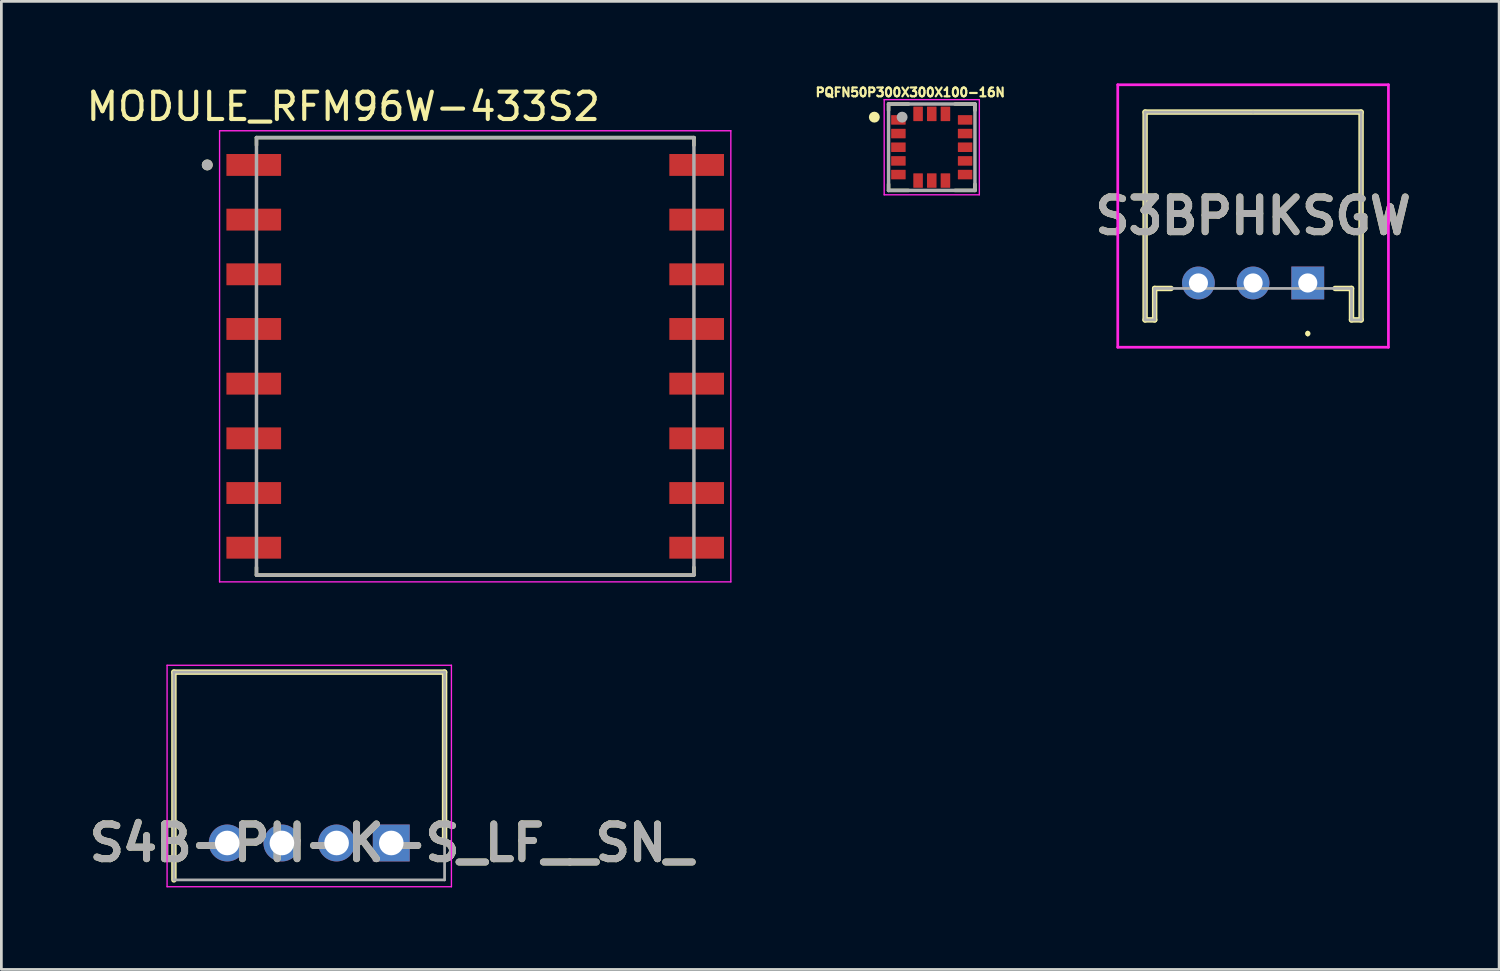
<source format=kicad_pcb>
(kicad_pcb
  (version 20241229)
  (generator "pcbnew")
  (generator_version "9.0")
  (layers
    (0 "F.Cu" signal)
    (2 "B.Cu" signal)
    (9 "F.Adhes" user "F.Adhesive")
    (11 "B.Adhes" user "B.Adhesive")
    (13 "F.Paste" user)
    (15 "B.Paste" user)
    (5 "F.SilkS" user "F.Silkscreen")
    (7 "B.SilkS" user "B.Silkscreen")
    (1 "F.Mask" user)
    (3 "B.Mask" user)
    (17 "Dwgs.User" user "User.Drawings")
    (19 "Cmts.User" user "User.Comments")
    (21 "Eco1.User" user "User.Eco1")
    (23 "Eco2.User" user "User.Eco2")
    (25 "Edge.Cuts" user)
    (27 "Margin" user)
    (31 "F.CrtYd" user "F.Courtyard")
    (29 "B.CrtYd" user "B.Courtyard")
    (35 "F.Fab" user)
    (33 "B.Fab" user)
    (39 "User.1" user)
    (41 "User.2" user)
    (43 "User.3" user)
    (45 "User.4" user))
  (footprint "MODULE_RFM96W-433S2"
    (layer "F.Cu")
    (at 14.331 9.983)
    (property "Reference" "MODULE_RFM96W-433S2" (at -4.825 -9.135 0) (layer "F.SilkS") (effects (font (size 1 1) (thickness 0.15))))
    (attr smd)
    (fp_line (start -8 -8) (end -8 -7.72) (stroke (width 0.127) (type solid)) (layer "F.SilkS"))
    (fp_line (start -8 8) (end -8 7.72) (stroke (width 0.127) (type solid)) (layer "F.SilkS"))
    (fp_line (start 8 -8) (end -8 -8) (stroke (width 0.127) (type solid)) (layer "F.SilkS"))
    (fp_line (start 8 -7.72) (end 8 -8) (stroke (width 0.127) (type solid)) (layer "F.SilkS"))
    (fp_line (start 8 7.72) (end 8 8) (stroke (width 0.127) (type solid)) (layer "F.SilkS"))
    (fp_line (start 8 8) (end -8 8) (stroke (width 0.127) (type solid)) (layer "F.SilkS"))
    (fp_circle (center -9.8 -7) (end -9.7 -7) (stroke (width 0.2) (type solid)) (fill no) (layer "F.SilkS"))
    (fp_line (start -9.35 -8.25) (end 9.35 -8.25) (stroke (width 0.05) (type solid)) (layer "F.CrtYd"))
    (fp_line (start -9.35 8.25) (end -9.35 -8.25) (stroke (width 0.05) (type solid)) (layer "F.CrtYd"))
    (fp_line (start 9.35 -8.25) (end 9.35 8.25) (stroke (width 0.05) (type solid)) (layer "F.CrtYd"))
    (fp_line (start 9.35 8.25) (end -9.35 8.25) (stroke (width 0.05) (type solid)) (layer "F.CrtYd"))
    (fp_line (start -8 -8) (end 8 -8) (stroke (width 0.127) (type solid)) (layer "F.Fab"))
    (fp_line (start -8 8) (end -8 -8) (stroke (width 0.127) (type solid)) (layer "F.Fab"))
    (fp_line (start 8 -8) (end 8 8) (stroke (width 0.127) (type solid)) (layer "F.Fab"))
    (fp_line (start 8 8) (end -8 8) (stroke (width 0.127) (type solid)) (layer "F.Fab"))
    (fp_circle (center -9.8 -7) (end -9.7 -7) (stroke (width 0.2) (type solid)) (fill no) (layer "F.Fab"))
    (pad "1" smd rect (at -8.1 -7) (size 2 0.8) (layers "F.Cu" "F.Mask" "F.Paste"))
    (pad "2" smd rect (at -8.1 -5) (size 2 0.8) (layers "F.Cu" "F.Mask" "F.Paste"))
    (pad "3" smd rect (at -8.1 -3) (size 2 0.8) (layers "F.Cu" "F.Mask" "F.Paste"))
    (pad "4" smd rect (at -8.1 -1) (size 2 0.8) (layers "F.Cu" "F.Mask" "F.Paste"))
    (pad "5" smd rect (at -8.1 1) (size 2 0.8) (layers "F.Cu" "F.Mask" "F.Paste"))
    (pad "6" smd rect (at -8.1 3) (size 2 0.8) (layers "F.Cu" "F.Mask" "F.Paste"))
    (pad "7" smd rect (at -8.1 5) (size 2 0.8) (layers "F.Cu" "F.Mask" "F.Paste"))
    (pad "8" smd rect (at -8.1 7) (size 2 0.8) (layers "F.Cu" "F.Mask" "F.Paste"))
    (pad "9" smd rect (at 8.1 7) (size 2 0.8) (layers "F.Cu" "F.Mask" "F.Paste"))
    (pad "10" smd rect (at 8.1 5) (size 2 0.8) (layers "F.Cu" "F.Mask" "F.Paste"))
    (pad "11" smd rect (at 8.1 3) (size 2 0.8) (layers "F.Cu" "F.Mask" "F.Paste"))
    (pad "12" smd rect (at 8.1 1) (size 2 0.8) (layers "F.Cu" "F.Mask" "F.Paste"))
    (pad "13" smd rect (at 8.1 -1) (size 2 0.8) (layers "F.Cu" "F.Mask" "F.Paste"))
    (pad "14" smd rect (at 8.1 -3) (size 2 0.8) (layers "F.Cu" "F.Mask" "F.Paste"))
    (pad "15" smd rect (at 8.1 -5) (size 2 0.8) (layers "F.Cu" "F.Mask" "F.Paste"))
    (pad "16" smd rect (at 8.1 -7) (size 2 0.8) (layers "F.Cu" "F.Mask" "F.Paste")))
  (footprint "S3BPHKSGW"
    (layer "F.Cu")
    (at 44.783 7.3)
    (property "Reference" "S3BPHKSGW" (at -2 -2.45 0) (layer "F.SilkS") (effects (font (size 1.27 1.27) (thickness 0.254))))
    (attr through_hole)
    (fp_line (start -5.95 -6.25) (end -5.95 1.35) (stroke (width 0.2) (type solid)) (layer "F.SilkS"))
    (fp_line (start -5.95 1.35) (end -5.6 1.35) (stroke (width 0.2) (type solid)) (layer "F.SilkS"))
    (fp_line (start -5.6 0.2) (end -5 0.2) (stroke (width 0.2) (type solid)) (layer "F.SilkS"))
    (fp_line (start -5.6 1.35) (end -5.6 0.2) (stroke (width 0.2) (type solid)) (layer "F.SilkS"))
    (fp_line (start 0 1.8) (end 0 1.8) (stroke (width 0.1) (type solid)) (layer "F.SilkS"))
    (fp_line (start 0 1.9) (end 0 1.9) (stroke (width 0.1) (type solid)) (layer "F.SilkS"))
    (fp_line (start 1 0.2) (end 1.6 0.2) (stroke (width 0.2) (type solid)) (layer "F.SilkS"))
    (fp_line (start 1.6 0.2) (end 1.6 1.35) (stroke (width 0.2) (type solid)) (layer "F.SilkS"))
    (fp_line (start 1.6 1.35) (end 1.95 1.35) (stroke (width 0.2) (type solid)) (layer "F.SilkS"))
    (fp_line (start 1.95 -6.25) (end -5.95 -6.25) (stroke (width 0.2) (type solid)) (layer "F.SilkS"))
    (fp_line (start 1.95 1.35) (end 1.95 -6.25) (stroke (width 0.2) (type solid)) (layer "F.SilkS"))
    (fp_arc (start 0 1.8) (mid 0.05 1.85) (end 0 1.9) (stroke (width 0.1) (type solid)) (layer "F.SilkS"))
    (fp_arc (start 0 1.9) (mid -0.05 1.85) (end 0 1.8) (stroke (width 0.1) (type solid)) (layer "F.SilkS"))
    (fp_line (start -6.95 -7.25) (end 2.95 -7.25) (stroke (width 0.1) (type solid)) (layer "F.CrtYd"))
    (fp_line (start -6.95 2.35) (end -6.95 -7.25) (stroke (width 0.1) (type solid)) (layer "F.CrtYd"))
    (fp_line (start 2.95 -7.25) (end 2.95 2.35) (stroke (width 0.1) (type solid)) (layer "F.CrtYd"))
    (fp_line (start 2.95 2.35) (end -6.95 2.35) (stroke (width 0.1) (type solid)) (layer "F.CrtYd"))
    (fp_line (start -5.95 -6.25) (end -2 -6.25) (stroke (width 0.1) (type solid)) (layer "F.Fab"))
    (fp_line (start -5.95 1.35) (end -5.95 -6.25) (stroke (width 0.1) (type solid)) (layer "F.Fab"))
    (fp_line (start -5.6 0.2) (end -5.6 1.35) (stroke (width 0.1) (type solid)) (layer "F.Fab"))
    (fp_line (start -5.6 1.35) (end -5.95 1.35) (stroke (width 0.1) (type solid)) (layer "F.Fab"))
    (fp_line (start -2 -6.25) (end 1.95 -6.25) (stroke (width 0.1) (type solid)) (layer "F.Fab"))
    (fp_line (start 1.6 0.2) (end -5.6 0.2) (stroke (width 0.1) (type solid)) (layer "F.Fab"))
    (fp_line (start 1.6 1.35) (end 1.6 0.2) (stroke (width 0.1) (type solid)) (layer "F.Fab"))
    (fp_line (start 1.95 -6.25) (end 1.95 1.35) (stroke (width 0.1) (type solid)) (layer "F.Fab"))
    (fp_line (start 1.95 1.35) (end 1.6 1.35) (stroke (width 0.1) (type solid)) (layer "F.Fab"))
    (fp_text user "${REFERENCE}" (at -2 -2.45 0) (layer "F.Fab") (effects (font (size 1.27 1.27) (thickness 0.254))))
    (pad "1" thru_hole rect (at 0 0) (size 1.2 1.2) (drill 0.7) (layers "*.Cu" "*.Mask"))
    (pad "2" thru_hole circle (at -2 0) (size 1.2 1.2) (drill 0.7) (layers "*.Cu" "*.Mask"))
    (pad "3" thru_hole circle (at -4 0) (size 1.2 1.2) (drill 0.7) (layers "*.Cu" "*.Mask")))
  (footprint "S4B-PH-K-S_LF__SN_"
    (layer "F.Cu")
    (at 11.261 27.783)
    (property "Reference" "S4B-PH-K-S_LF__SN_" (at 0 0 0) (layer "F.SilkS") (effects (font (size 1.27 1.27) (thickness 0.254))))
    (attr through_hole)
    (fp_line (start -7.95 -6.25) (end -7.95 1.35) (stroke (width 0.2) (type solid)) (layer "F.SilkS"))
    (fp_line (start 1.95 -6.25) (end -7.95 -6.25) (stroke (width 0.2) (type solid)) (layer "F.SilkS"))
    (fp_line (start 1.95 0) (end 1.95 -6.25) (stroke (width 0.2) (type solid)) (layer "F.SilkS"))
    (fp_line (start -8.2 -6.5) (end 2.2 -6.5) (stroke (width 0.05) (type solid)) (layer "F.CrtYd"))
    (fp_line (start -8.2 1.6) (end -8.2 -6.5) (stroke (width 0.05) (type solid)) (layer "F.CrtYd"))
    (fp_line (start 2.2 -6.5) (end 2.2 1.6) (stroke (width 0.05) (type solid)) (layer "F.CrtYd"))
    (fp_line (start 2.2 1.6) (end -8.2 1.6) (stroke (width 0.05) (type solid)) (layer "F.CrtYd"))
    (fp_line (start -7.95 -6.25) (end 1.95 -6.25) (stroke (width 0.1) (type solid)) (layer "F.Fab"))
    (fp_line (start -7.95 1.35) (end -7.95 -6.25) (stroke (width 0.1) (type solid)) (layer "F.Fab"))
    (fp_line (start 1.95 -6.25) (end 1.95 1.35) (stroke (width 0.1) (type solid)) (layer "F.Fab"))
    (fp_line (start 1.95 1.35) (end -7.95 1.35) (stroke (width 0.1) (type solid)) (layer "F.Fab"))
    (fp_text user "${REFERENCE}" (at 0 0 0) (layer "F.Fab") (effects (font (size 1.27 1.27) (thickness 0.254))))
    (pad "1" thru_hole rect (at 0 0) (size 1.35 1.35) (drill 0.9) (layers "*.Cu" "*.Mask"))
    (pad "2" thru_hole circle (at -2 0) (size 1.35 1.35) (drill 0.9) (layers "*.Cu" "*.Mask"))
    (pad "3" thru_hole circle (at -4 0) (size 1.35 1.35) (drill 0.9) (layers "*.Cu" "*.Mask"))
    (pad "4" thru_hole circle (at -6 0) (size 1.35 1.35) (drill 0.9) (layers "*.Cu" "*.Mask")))
  (footprint "PQFN50P300X300X100-16N"
    (layer "F.Cu")
    (at 31.03 2.335)
    (property "Reference" "PQFN50P300X300X100-16N" (at -0.786 -2.007 0) (layer "F.SilkS") (effects (font (size 0.321 0.321) (thickness 0.15))))
    (attr smd)
    (fp_line (start -1.58 -1.58) (end -0.85 -1.58) (stroke (width 0.127) (type solid)) (layer "F.SilkS"))
    (fp_line (start -1.58 -1.35) (end -1.58 -1.58) (stroke (width 0.127) (type solid)) (layer "F.SilkS"))
    (fp_line (start -1.58 1.35) (end -1.58 1.58) (stroke (width 0.127) (type solid)) (layer "F.SilkS"))
    (fp_line (start -1.58 1.58) (end -0.85 1.58) (stroke (width 0.127) (type solid)) (layer "F.SilkS"))
    (fp_line (start 0.85 -1.58) (end 1.58 -1.58) (stroke (width 0.127) (type solid)) (layer "F.SilkS"))
    (fp_line (start 0.85 1.58) (end 1.58 1.58) (stroke (width 0.127) (type solid)) (layer "F.SilkS"))
    (fp_line (start 1.58 -1.58) (end 1.58 -1.35) (stroke (width 0.127) (type solid)) (layer "F.SilkS"))
    (fp_line (start 1.58 1.58) (end 1.58 1.35) (stroke (width 0.127) (type solid)) (layer "F.SilkS"))
    (fp_circle (center -2.1 -1.1) (end -2 -1.1) (stroke (width 0.2) (type solid)) (fill no) (layer "F.SilkS"))
    (fp_line (start -1.74 -1.74) (end 1.74 -1.74) (stroke (width 0.05) (type solid)) (layer "F.CrtYd"))
    (fp_line (start -1.74 1.74) (end -1.74 -1.74) (stroke (width 0.05) (type solid)) (layer "F.CrtYd"))
    (fp_line (start 1.74 -1.74) (end 1.74 1.74) (stroke (width 0.05) (type solid)) (layer "F.CrtYd"))
    (fp_line (start 1.74 1.74) (end -1.74 1.74) (stroke (width 0.05) (type solid)) (layer "F.CrtYd"))
    (fp_line (start -1.58 -1.58) (end 1.58 -1.58) (stroke (width 0.127) (type solid)) (layer "F.Fab"))
    (fp_line (start -1.58 1.58) (end -1.58 -1.58) (stroke (width 0.127) (type solid)) (layer "F.Fab"))
    (fp_line (start 1.58 -1.58) (end 1.58 1.58) (stroke (width 0.127) (type solid)) (layer "F.Fab"))
    (fp_line (start 1.58 1.58) (end -1.58 1.58) (stroke (width 0.127) (type solid)) (layer "F.Fab"))
    (fp_circle (center -1.084 -1.1) (end -0.984 -1.1) (stroke (width 0.2) (type solid)) (fill no) (layer "F.Fab"))
    (pad "1" smd roundrect (at -1.22 -1) (size 0.53 0.35) (layers "F.Cu" "F.Mask" "F.Paste") (roundrect_rratio 0.045))
    (pad "2" smd roundrect (at -1.22 -0.5) (size 0.53 0.35) (layers "F.Cu" "F.Mask" "F.Paste") (roundrect_rratio 0.045))
    (pad "3" smd roundrect (at -1.22 0) (size 0.53 0.35) (layers "F.Cu" "F.Mask" "F.Paste") (roundrect_rratio 0.045))
    (pad "4" smd roundrect (at -1.22 0.5) (size 0.53 0.35) (layers "F.Cu" "F.Mask" "F.Paste") (roundrect_rratio 0.045))
    (pad "5" smd roundrect (at -1.22 1) (size 0.53 0.35) (layers "F.Cu" "F.Mask" "F.Paste") (roundrect_rratio 0.045))
    (pad "6" smd roundrect (at -0.5 1.22) (size 0.35 0.53) (layers "F.Cu" "F.Mask" "F.Paste") (roundrect_rratio 0.045))
    (pad "7" smd roundrect (at 0 1.22) (size 0.35 0.53) (layers "F.Cu" "F.Mask" "F.Paste") (roundrect_rratio 0.045))
    (pad "8" smd roundrect (at 0.5 1.22) (size 0.35 0.53) (layers "F.Cu" "F.Mask" "F.Paste") (roundrect_rratio 0.045))
    (pad "9" smd roundrect (at 1.22 1) (size 0.53 0.35) (layers "F.Cu" "F.Mask" "F.Paste") (roundrect_rratio 0.045))
    (pad "10" smd roundrect (at 1.22 0.5) (size 0.53 0.35) (layers "F.Cu" "F.Mask" "F.Paste") (roundrect_rratio 0.045))
    (pad "11" smd roundrect (at 1.22 0) (size 0.53 0.35) (layers "F.Cu" "F.Mask" "F.Paste") (roundrect_rratio 0.045))
    (pad "12" smd roundrect (at 1.22 -0.5) (size 0.53 0.35) (layers "F.Cu" "F.Mask" "F.Paste") (roundrect_rratio 0.045))
    (pad "13" smd roundrect (at 1.22 -1) (size 0.53 0.35) (layers "F.Cu" "F.Mask" "F.Paste") (roundrect_rratio 0.045))
    (pad "14" smd roundrect (at 0.5 -1.22) (size 0.35 0.53) (layers "F.Cu" "F.Mask" "F.Paste") (roundrect_rratio 0.045))
    (pad "15" smd roundrect (at 0 -1.22) (size 0.35 0.53) (layers "F.Cu" "F.Mask" "F.Paste") (roundrect_rratio 0.045))
    (pad "16" smd roundrect (at -0.5 -1.22) (size 0.35 0.53) (layers "F.Cu" "F.Mask" "F.Paste") (roundrect_rratio 0.045)))
  (gr_rect
    (start -3 -3)
    (end 51.782 32.408)
    (stroke (width 0.1) (type default))
    (fill no)
    (layer "Edge.Cuts")))
</source>
